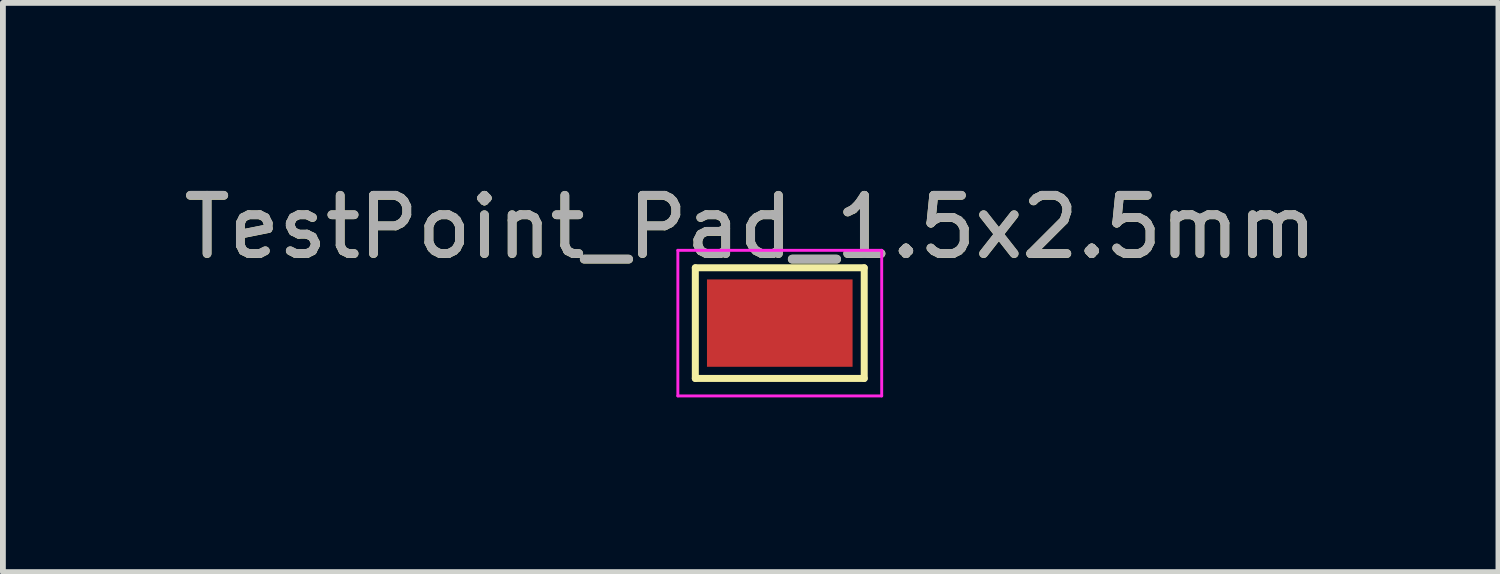
<source format=kicad_pcb>
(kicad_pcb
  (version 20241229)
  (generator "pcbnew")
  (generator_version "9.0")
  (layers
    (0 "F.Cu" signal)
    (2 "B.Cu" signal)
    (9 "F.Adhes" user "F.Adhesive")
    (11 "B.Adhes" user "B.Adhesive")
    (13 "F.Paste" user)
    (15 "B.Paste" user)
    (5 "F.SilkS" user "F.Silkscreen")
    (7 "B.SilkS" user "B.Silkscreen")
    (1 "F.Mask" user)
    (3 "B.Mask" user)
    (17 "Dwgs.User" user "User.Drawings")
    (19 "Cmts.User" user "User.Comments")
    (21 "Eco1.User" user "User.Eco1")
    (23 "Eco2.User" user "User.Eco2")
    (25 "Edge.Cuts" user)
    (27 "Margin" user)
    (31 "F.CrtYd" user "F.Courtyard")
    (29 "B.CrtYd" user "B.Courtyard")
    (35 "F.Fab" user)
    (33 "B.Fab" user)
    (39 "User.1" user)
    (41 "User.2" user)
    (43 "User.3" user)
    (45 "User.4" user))
  (footprint "TestPoint_Pad_1.5x2.5mm"
    (layer "F.Cu")
    (at 9.839 2.498)
    (property "Reference" "TestPoint_Pad_1.5x2.5mm" (at 0 -1.648 0) (layer "F.SilkS") (effects (font (size 1 1) (thickness 0.15))))
    (attr exclude_from_pos_files exclude_from_bom)
    (fp_line (start -0.95 -0.95) (end 1.95 -0.95) (stroke (width 0.12) (type solid)) (layer "F.SilkS"))
    (fp_line (start -0.95 0.95) (end -0.95 -0.95) (stroke (width 0.12) (type solid)) (layer "F.SilkS"))
    (fp_line (start 1.95 -0.95) (end 1.95 0.95) (stroke (width 0.12) (type solid)) (layer "F.SilkS"))
    (fp_line (start 1.95 0.95) (end -0.95 0.95) (stroke (width 0.12) (type solid)) (layer "F.SilkS"))
    (fp_line (start -1.25 -1.25) (end -1.25 1.25) (stroke (width 0.05) (type solid)) (layer "F.CrtYd"))
    (fp_line (start -1.25 -1.25) (end 2.25 -1.25) (stroke (width 0.05) (type solid)) (layer "F.CrtYd"))
    (fp_line (start 2.25 1.25) (end -1.25 1.25) (stroke (width 0.05) (type solid)) (layer "F.CrtYd"))
    (fp_line (start 2.25 1.25) (end 2.25 -1.25) (stroke (width 0.05) (type solid)) (layer "F.CrtYd"))
    (fp_text user "${REFERENCE}" (at 0 -1.65 0) (layer "F.Fab") (effects (font (size 1 1) (thickness 0.15))))
    (pad "1" smd rect (at 0.5 0) (size 2.5 1.5) (layers "F.Cu" "F.Mask")))
  (gr_rect
    (start -3 -3)
    (end 22.679 6.773)
    (stroke (width 0.1) (type default))
    (fill no)
    (layer "Edge.Cuts")))
</source>
